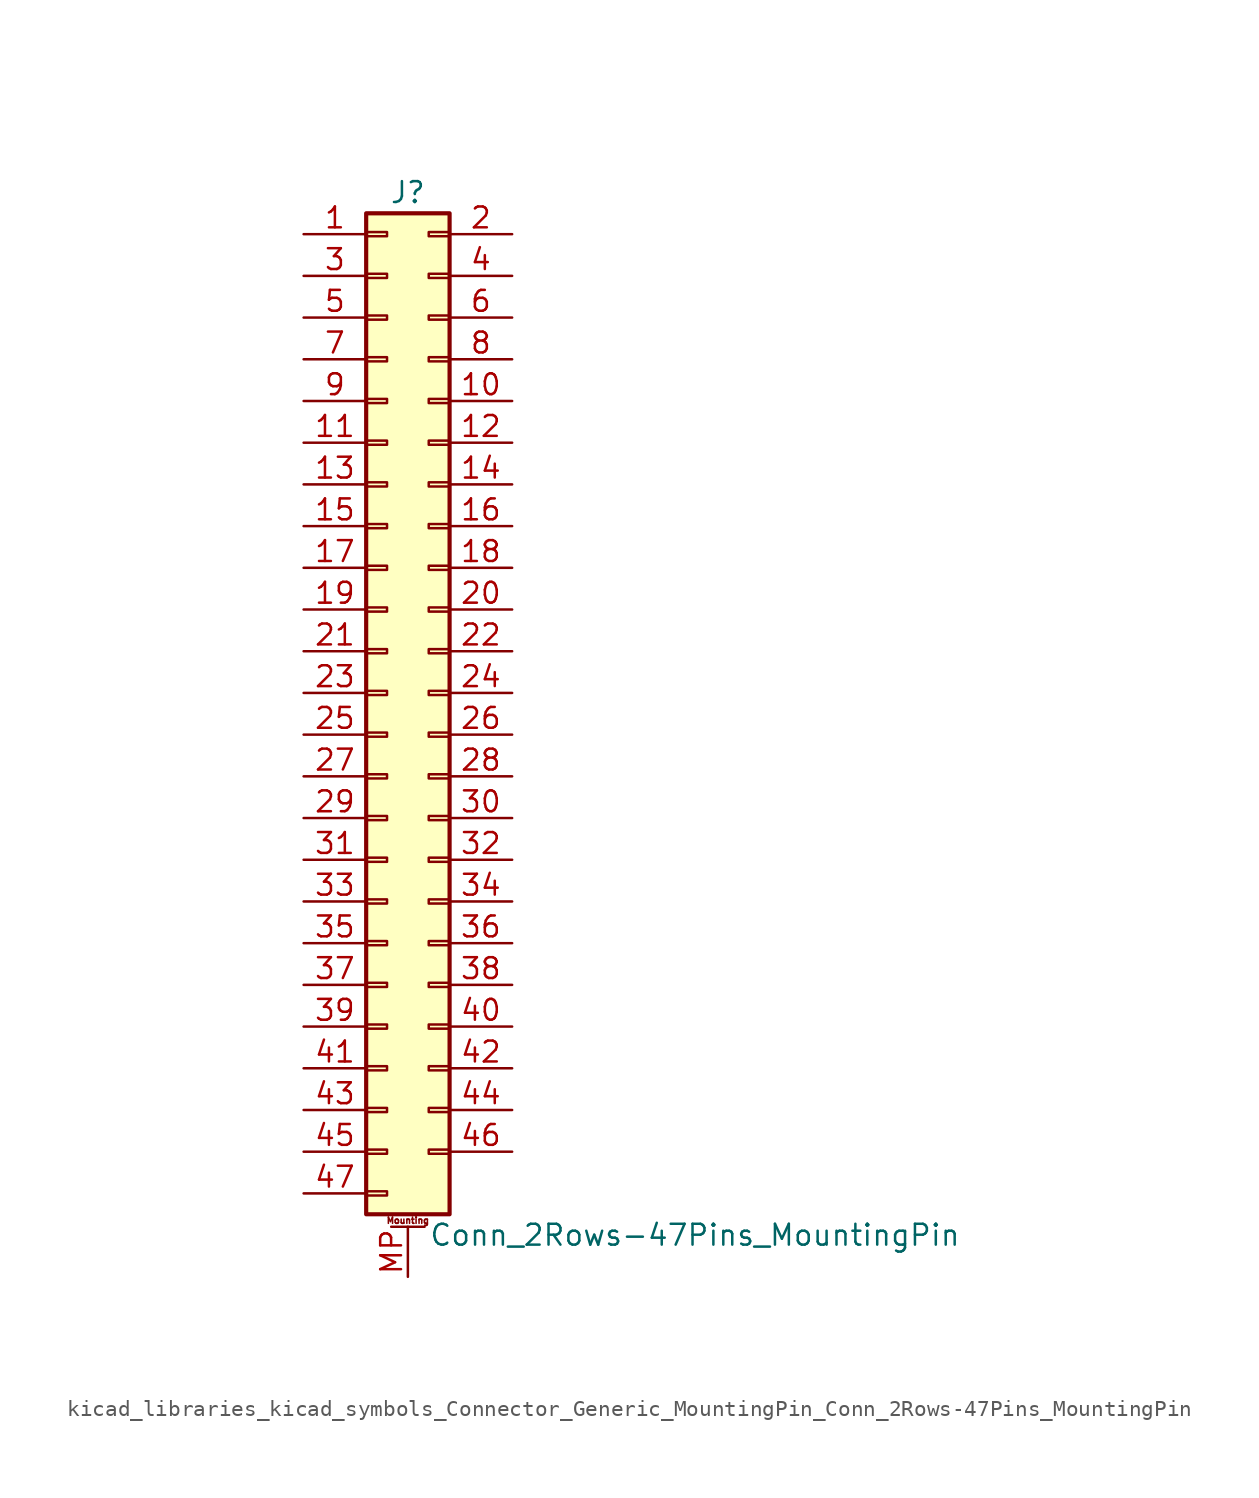
<source format=kicad_sym>
(kicad_symbol_lib
  (version 20220914)
  (generator kicad_symbol_editor)
  (symbol "kicad_libraries_kicad_symbols_Connector_Generic_MountingPin_Conn_2Rows-47Pins_MountingPin"
    (pin_names
      (offset 1.016) hide)
    (property "Reference" "J"
      (at 1.27 30.48 0)
      (effects (font (size 1.27 1.27))))
    (property "Value" "Conn_2Rows-47Pins_MountingPin"
      (at 2.54 -33.02 0)
      (effects (font (size 1.27 1.27)) (justify left)))
    (symbol "kicad_libraries_kicad_symbols_Connector_Generic_MountingPin_Conn_2Rows-47Pins_MountingPin_1_1"
      (rectangle (start -1.27 -30.353) (end 0 -30.607) (stroke (width 0.152) (type default)) (fill (type none)))
      (rectangle (start -1.27 -27.813) (end 0 -28.067) (stroke (width 0.152) (type default)) (fill (type none)))
      (rectangle (start -1.27 -25.273) (end 0 -25.527) (stroke (width 0.152) (type default)) (fill (type none)))
      (rectangle (start -1.27 -22.733) (end 0 -22.987) (stroke (width 0.152) (type default)) (fill (type none)))
      (rectangle (start -1.27 -20.193) (end 0 -20.447) (stroke (width 0.152) (type default)) (fill (type none)))
      (rectangle (start -1.27 -17.653) (end 0 -17.907) (stroke (width 0.152) (type default)) (fill (type none)))
      (rectangle (start -1.27 -15.113) (end 0 -15.367) (stroke (width 0.152) (type default)) (fill (type none)))
      (rectangle (start -1.27 -12.573) (end 0 -12.827) (stroke (width 0.152) (type default)) (fill (type none)))
      (rectangle (start -1.27 -10.033) (end 0 -10.287) (stroke (width 0.152) (type default)) (fill (type none)))
      (rectangle (start -1.27 -7.493) (end 0 -7.747) (stroke (width 0.152) (type default)) (fill (type none)))
      (rectangle (start -1.27 -4.953) (end 0 -5.207) (stroke (width 0.152) (type default)) (fill (type none)))
      (rectangle (start -1.27 -2.413) (end 0 -2.667) (stroke (width 0.152) (type default)) (fill (type none)))
      (rectangle (start -1.27 0.127) (end 0 -0.127) (stroke (width 0.152) (type default)) (fill (type none)))
      (rectangle (start -1.27 2.667) (end 0 2.413) (stroke (width 0.152) (type default)) (fill (type none)))
      (rectangle (start -1.27 5.207) (end 0 4.953) (stroke (width 0.152) (type default)) (fill (type none)))
      (rectangle (start -1.27 7.747) (end 0 7.493) (stroke (width 0.152) (type default)) (fill (type none)))
      (rectangle (start -1.27 10.287) (end 0 10.033) (stroke (width 0.152) (type default)) (fill (type none)))
      (rectangle (start -1.27 12.827) (end 0 12.573) (stroke (width 0.152) (type default)) (fill (type none)))
      (rectangle (start -1.27 15.367) (end 0 15.113) (stroke (width 0.152) (type default)) (fill (type none)))
      (rectangle (start -1.27 17.907) (end 0 17.653) (stroke (width 0.152) (type default)) (fill (type none)))
      (rectangle (start -1.27 20.447) (end 0 20.193) (stroke (width 0.152) (type default)) (fill (type none)))
      (rectangle (start -1.27 22.987) (end 0 22.733) (stroke (width 0.152) (type default)) (fill (type none)))
      (rectangle (start -1.27 25.527) (end 0 25.273) (stroke (width 0.152) (type default)) (fill (type none)))
      (rectangle (start -1.27 28.067) (end 0 27.813) (stroke (width 0.152) (type default)) (fill (type none)))
      (rectangle (start -1.27 29.21) (end 3.81 -31.75) (stroke (width 0.254) (type default)) (fill (type background)))
      (polyline (pts (xy 0.254 -32.512) (xy 2.286 -32.512)) (stroke (width 0.152) (type default)) (fill (type none)))
      (rectangle (start 3.81 -27.813) (end 2.54 -28.067) (stroke (width 0.152) (type default)) (fill (type none)))
      (rectangle (start 3.81 -25.273) (end 2.54 -25.527) (stroke (width 0.152) (type default)) (fill (type none)))
      (rectangle (start 3.81 -22.733) (end 2.54 -22.987) (stroke (width 0.152) (type default)) (fill (type none)))
      (rectangle (start 3.81 -20.193) (end 2.54 -20.447) (stroke (width 0.152) (type default)) (fill (type none)))
      (rectangle (start 3.81 -17.653) (end 2.54 -17.907) (stroke (width 0.152) (type default)) (fill (type none)))
      (rectangle (start 3.81 -15.113) (end 2.54 -15.367) (stroke (width 0.152) (type default)) (fill (type none)))
      (rectangle (start 3.81 -12.573) (end 2.54 -12.827) (stroke (width 0.152) (type default)) (fill (type none)))
      (rectangle (start 3.81 -10.033) (end 2.54 -10.287) (stroke (width 0.152) (type default)) (fill (type none)))
      (rectangle (start 3.81 -7.493) (end 2.54 -7.747) (stroke (width 0.152) (type default)) (fill (type none)))
      (rectangle (start 3.81 -4.953) (end 2.54 -5.207) (stroke (width 0.152) (type default)) (fill (type none)))
      (rectangle (start 3.81 -2.413) (end 2.54 -2.667) (stroke (width 0.152) (type default)) (fill (type none)))
      (rectangle (start 3.81 0.127) (end 2.54 -0.127) (stroke (width 0.152) (type default)) (fill (type none)))
      (rectangle (start 3.81 2.667) (end 2.54 2.413) (stroke (width 0.152) (type default)) (fill (type none)))
      (rectangle (start 3.81 5.207) (end 2.54 4.953) (stroke (width 0.152) (type default)) (fill (type none)))
      (rectangle (start 3.81 7.747) (end 2.54 7.493) (stroke (width 0.152) (type default)) (fill (type none)))
      (rectangle (start 3.81 10.287) (end 2.54 10.033) (stroke (width 0.152) (type default)) (fill (type none)))
      (rectangle (start 3.81 12.827) (end 2.54 12.573) (stroke (width 0.152) (type default)) (fill (type none)))
      (rectangle (start 3.81 15.367) (end 2.54 15.113) (stroke (width 0.152) (type default)) (fill (type none)))
      (rectangle (start 3.81 17.907) (end 2.54 17.653) (stroke (width 0.152) (type default)) (fill (type none)))
      (rectangle (start 3.81 20.447) (end 2.54 20.193) (stroke (width 0.152) (type default)) (fill (type none)))
      (rectangle (start 3.81 22.987) (end 2.54 22.733) (stroke (width 0.152) (type default)) (fill (type none)))
      (rectangle (start 3.81 25.527) (end 2.54 25.273) (stroke (width 0.152) (type default)) (fill (type none)))
      (rectangle (start 3.81 28.067) (end 2.54 27.813) (stroke (width 0.152) (type default)) (fill (type none)))
      (text "Mounting" (at 1.27 -32.131 0) (effects (font (size 0.381 0.381))))
      (pin passive line (at -5.08 27.94 0) (length 3.81) (name "Pin_1" (effects (font (size 1.27 1.27)))) (number "1" (effects (font (size 1.27 1.27)))))
      (pin passive line (at 7.62 17.78 180) (length 3.81) (name "Pin_10" (effects (font (size 1.27 1.27)))) (number "10" (effects (font (size 1.27 1.27)))))
      (pin passive line (at -5.08 15.24 0) (length 3.81) (name "Pin_11" (effects (font (size 1.27 1.27)))) (number "11" (effects (font (size 1.27 1.27)))))
      (pin passive line (at 7.62 15.24 180) (length 3.81) (name "Pin_12" (effects (font (size 1.27 1.27)))) (number "12" (effects (font (size 1.27 1.27)))))
      (pin passive line (at -5.08 12.7 0) (length 3.81) (name "Pin_13" (effects (font (size 1.27 1.27)))) (number "13" (effects (font (size 1.27 1.27)))))
      (pin passive line (at 7.62 12.7 180) (length 3.81) (name "Pin_14" (effects (font (size 1.27 1.27)))) (number "14" (effects (font (size 1.27 1.27)))))
      (pin passive line (at -5.08 10.16 0) (length 3.81) (name "Pin_15" (effects (font (size 1.27 1.27)))) (number "15" (effects (font (size 1.27 1.27)))))
      (pin passive line (at 7.62 10.16 180) (length 3.81) (name "Pin_16" (effects (font (size 1.27 1.27)))) (number "16" (effects (font (size 1.27 1.27)))))
      (pin passive line (at -5.08 7.62 0) (length 3.81) (name "Pin_17" (effects (font (size 1.27 1.27)))) (number "17" (effects (font (size 1.27 1.27)))))
      (pin passive line (at 7.62 7.62 180) (length 3.81) (name "Pin_18" (effects (font (size 1.27 1.27)))) (number "18" (effects (font (size 1.27 1.27)))))
      (pin passive line (at -5.08 5.08 0) (length 3.81) (name "Pin_19" (effects (font (size 1.27 1.27)))) (number "19" (effects (font (size 1.27 1.27)))))
      (pin passive line (at 7.62 27.94 180) (length 3.81) (name "Pin_2" (effects (font (size 1.27 1.27)))) (number "2" (effects (font (size 1.27 1.27)))))
      (pin passive line (at 7.62 5.08 180) (length 3.81) (name "Pin_20" (effects (font (size 1.27 1.27)))) (number "20" (effects (font (size 1.27 1.27)))))
      (pin passive line (at -5.08 2.54 0) (length 3.81) (name "Pin_21" (effects (font (size 1.27 1.27)))) (number "21" (effects (font (size 1.27 1.27)))))
      (pin passive line (at 7.62 2.54 180) (length 3.81) (name "Pin_22" (effects (font (size 1.27 1.27)))) (number "22" (effects (font (size 1.27 1.27)))))
      (pin passive line (at -5.08 0 0) (length 3.81) (name "Pin_23" (effects (font (size 1.27 1.27)))) (number "23" (effects (font (size 1.27 1.27)))))
      (pin passive line (at 7.62 0 180) (length 3.81) (name "Pin_24" (effects (font (size 1.27 1.27)))) (number "24" (effects (font (size 1.27 1.27)))))
      (pin passive line (at -5.08 -2.54 0) (length 3.81) (name "Pin_25" (effects (font (size 1.27 1.27)))) (number "25" (effects (font (size 1.27 1.27)))))
      (pin passive line (at 7.62 -2.54 180) (length 3.81) (name "Pin_26" (effects (font (size 1.27 1.27)))) (number "26" (effects (font (size 1.27 1.27)))))
      (pin passive line (at -5.08 -5.08 0) (length 3.81) (name "Pin_27" (effects (font (size 1.27 1.27)))) (number "27" (effects (font (size 1.27 1.27)))))
      (pin passive line (at 7.62 -5.08 180) (length 3.81) (name "Pin_28" (effects (font (size 1.27 1.27)))) (number "28" (effects (font (size 1.27 1.27)))))
      (pin passive line (at -5.08 -7.62 0) (length 3.81) (name "Pin_29" (effects (font (size 1.27 1.27)))) (number "29" (effects (font (size 1.27 1.27)))))
      (pin passive line (at -5.08 25.4 0) (length 3.81) (name "Pin_3" (effects (font (size 1.27 1.27)))) (number "3" (effects (font (size 1.27 1.27)))))
      (pin passive line (at 7.62 -7.62 180) (length 3.81) (name "Pin_30" (effects (font (size 1.27 1.27)))) (number "30" (effects (font (size 1.27 1.27)))))
      (pin passive line (at -5.08 -10.16 0) (length 3.81) (name "Pin_31" (effects (font (size 1.27 1.27)))) (number "31" (effects (font (size 1.27 1.27)))))
      (pin passive line (at 7.62 -10.16 180) (length 3.81) (name "Pin_32" (effects (font (size 1.27 1.27)))) (number "32" (effects (font (size 1.27 1.27)))))
      (pin passive line (at -5.08 -12.7 0) (length 3.81) (name "Pin_33" (effects (font (size 1.27 1.27)))) (number "33" (effects (font (size 1.27 1.27)))))
      (pin passive line (at 7.62 -12.7 180) (length 3.81) (name "Pin_34" (effects (font (size 1.27 1.27)))) (number "34" (effects (font (size 1.27 1.27)))))
      (pin passive line (at -5.08 -15.24 0) (length 3.81) (name "Pin_35" (effects (font (size 1.27 1.27)))) (number "35" (effects (font (size 1.27 1.27)))))
      (pin passive line (at 7.62 -15.24 180) (length 3.81) (name "Pin_36" (effects (font (size 1.27 1.27)))) (number "36" (effects (font (size 1.27 1.27)))))
      (pin passive line (at -5.08 -17.78 0) (length 3.81) (name "Pin_37" (effects (font (size 1.27 1.27)))) (number "37" (effects (font (size 1.27 1.27)))))
      (pin passive line (at 7.62 -17.78 180) (length 3.81) (name "Pin_38" (effects (font (size 1.27 1.27)))) (number "38" (effects (font (size 1.27 1.27)))))
      (pin passive line (at -5.08 -20.32 0) (length 3.81) (name "Pin_39" (effects (font (size 1.27 1.27)))) (number "39" (effects (font (size 1.27 1.27)))))
      (pin passive line (at 7.62 25.4 180) (length 3.81) (name "Pin_4" (effects (font (size 1.27 1.27)))) (number "4" (effects (font (size 1.27 1.27)))))
      (pin passive line (at 7.62 -20.32 180) (length 3.81) (name "Pin_40" (effects (font (size 1.27 1.27)))) (number "40" (effects (font (size 1.27 1.27)))))
      (pin passive line (at -5.08 -22.86 0) (length 3.81) (name "Pin_41" (effects (font (size 1.27 1.27)))) (number "41" (effects (font (size 1.27 1.27)))))
      (pin passive line (at 7.62 -22.86 180) (length 3.81) (name "Pin_42" (effects (font (size 1.27 1.27)))) (number "42" (effects (font (size 1.27 1.27)))))
      (pin passive line (at -5.08 -25.4 0) (length 3.81) (name "Pin_43" (effects (font (size 1.27 1.27)))) (number "43" (effects (font (size 1.27 1.27)))))
      (pin passive line (at 7.62 -25.4 180) (length 3.81) (name "Pin_44" (effects (font (size 1.27 1.27)))) (number "44" (effects (font (size 1.27 1.27)))))
      (pin passive line (at -5.08 -27.94 0) (length 3.81) (name "Pin_45" (effects (font (size 1.27 1.27)))) (number "45" (effects (font (size 1.27 1.27)))))
      (pin passive line (at 7.62 -27.94 180) (length 3.81) (name "Pin_46" (effects (font (size 1.27 1.27)))) (number "46" (effects (font (size 1.27 1.27)))))
      (pin passive line (at -5.08 -30.48 0) (length 3.81) (name "Pin_47" (effects (font (size 1.27 1.27)))) (number "47" (effects (font (size 1.27 1.27)))))
      (pin passive line (at -5.08 22.86 0) (length 3.81) (name "Pin_5" (effects (font (size 1.27 1.27)))) (number "5" (effects (font (size 1.27 1.27)))))
      (pin passive line (at 7.62 22.86 180) (length 3.81) (name "Pin_6" (effects (font (size 1.27 1.27)))) (number "6" (effects (font (size 1.27 1.27)))))
      (pin passive line (at -5.08 20.32 0) (length 3.81) (name "Pin_7" (effects (font (size 1.27 1.27)))) (number "7" (effects (font (size 1.27 1.27)))))
      (pin passive line (at 7.62 20.32 180) (length 3.81) (name "Pin_8" (effects (font (size 1.27 1.27)))) (number "8" (effects (font (size 1.27 1.27)))))
      (pin passive line (at -5.08 17.78 0) (length 3.81) (name "Pin_9" (effects (font (size 1.27 1.27)))) (number "9" (effects (font (size 1.27 1.27)))))
      (pin passive line (at 1.27 -35.56 90) (length 3.048) (name "MountPin" (effects (font (size 1.27 1.27)))) (number "MP" (effects (font (size 1.27 1.27))))))))
</source>
